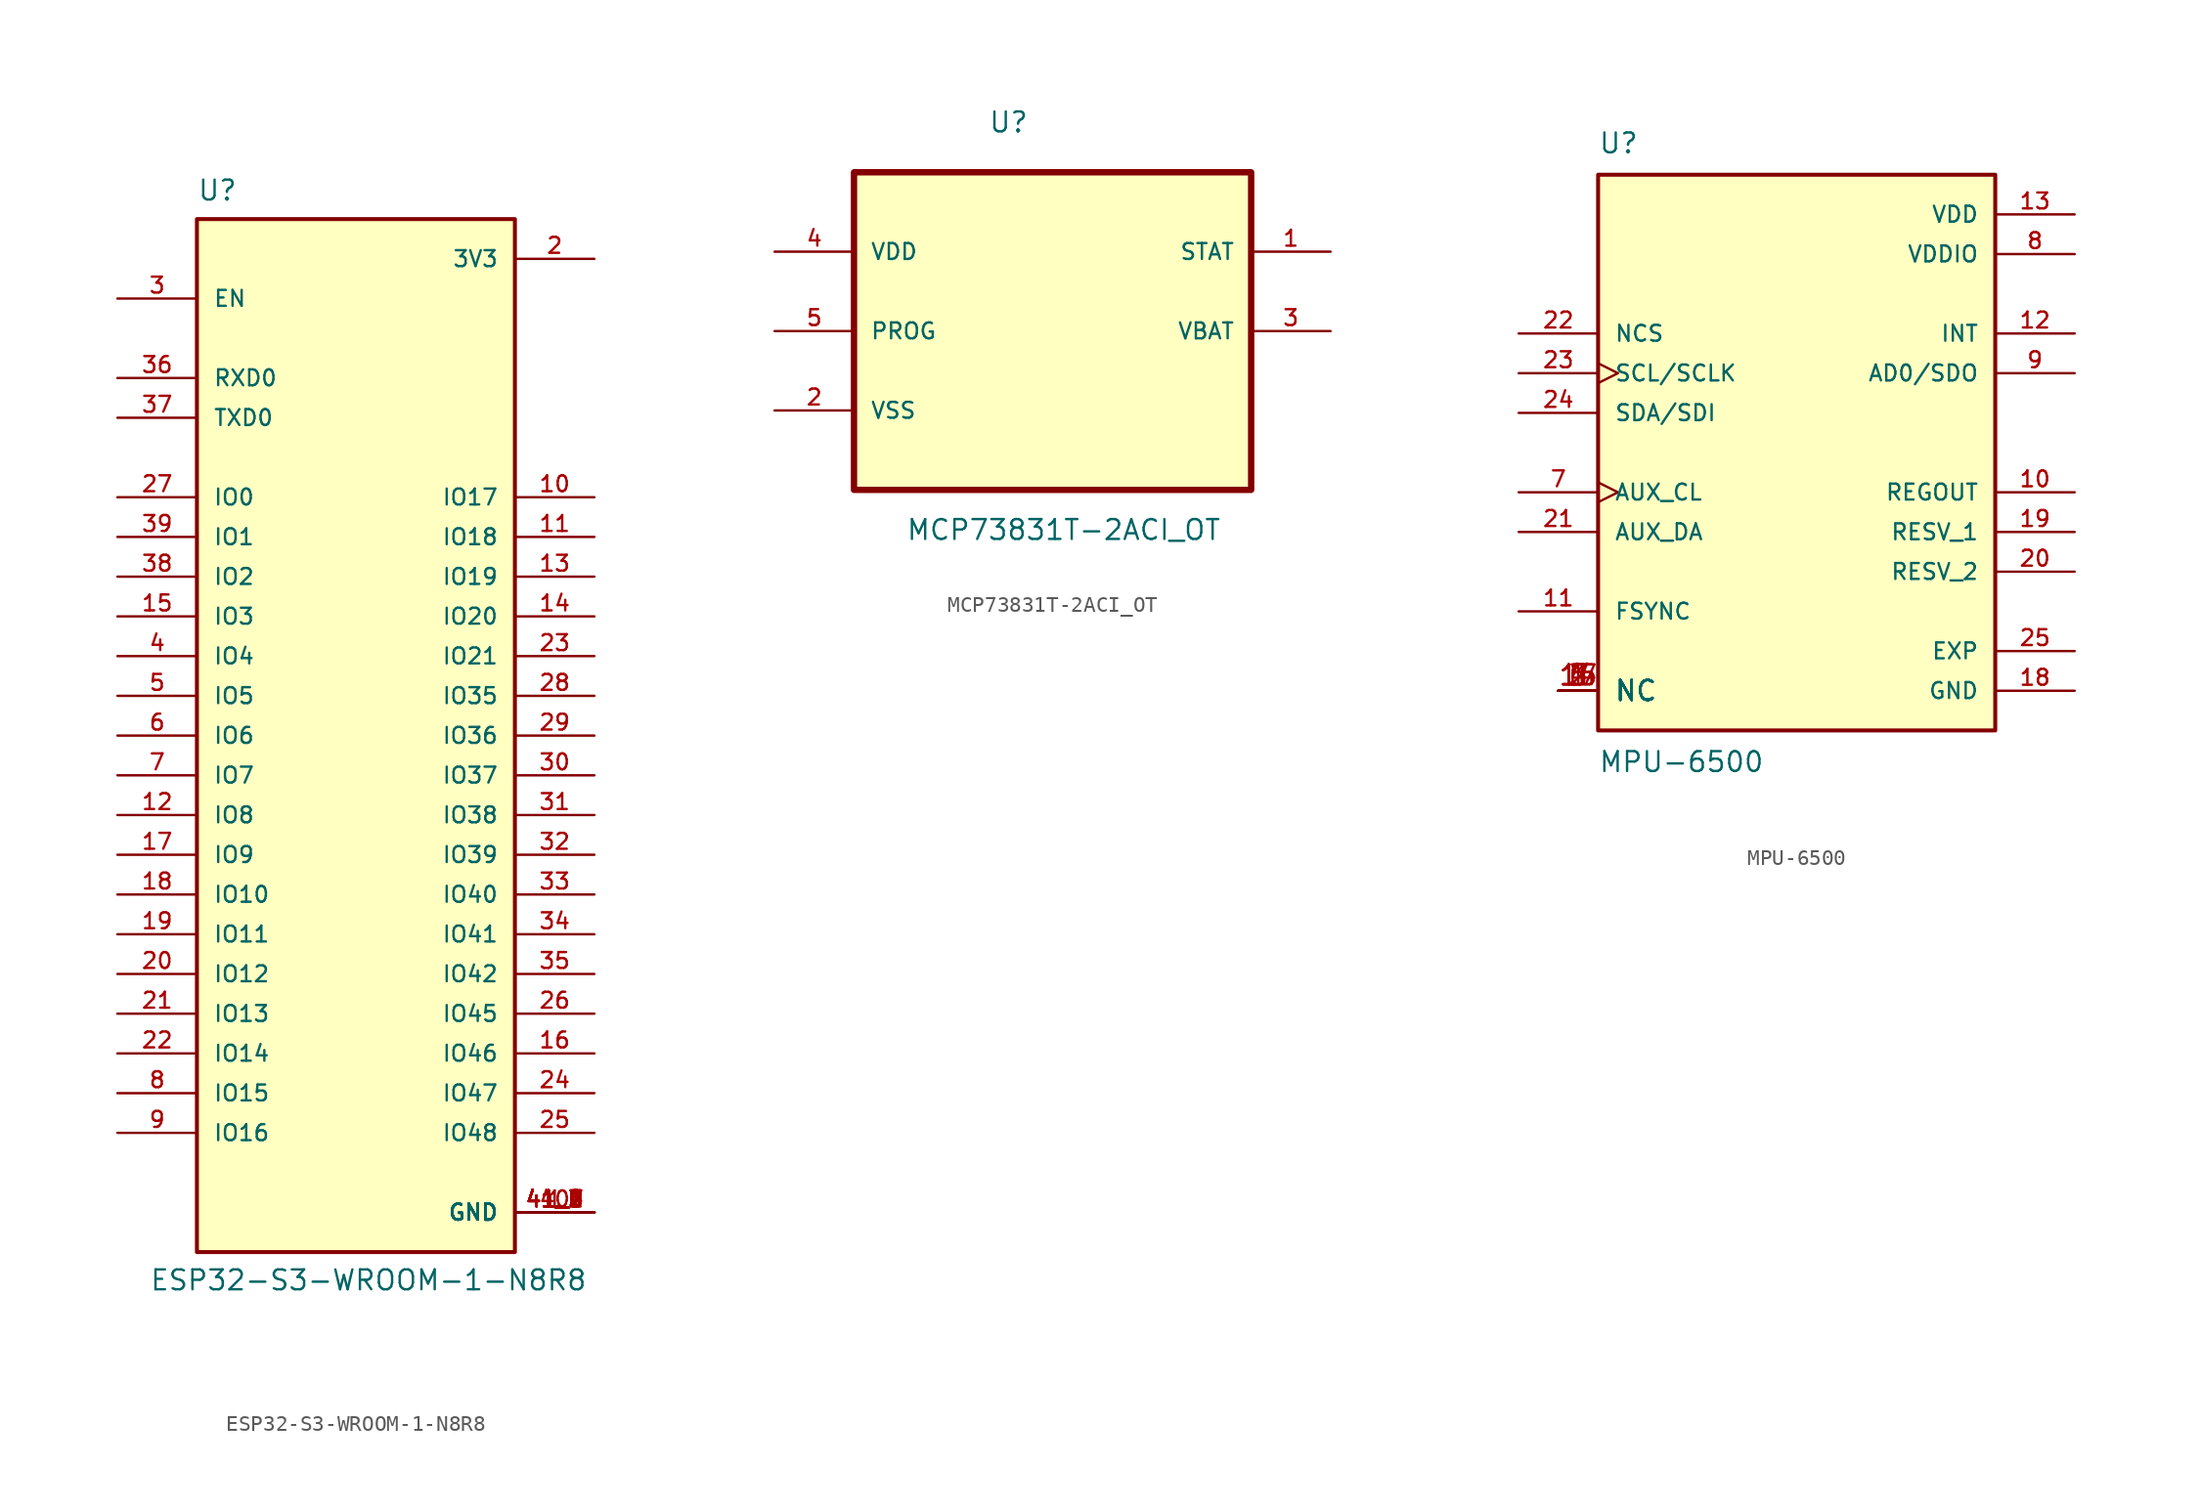
<source format=kicad_sym>
(kicad_symbol_lib
  (version 20231120)
  (generator "kicad_symbol_editor")
  (generator_version "8.0")
  (symbol "ESP32-S3-WROOM-1-N8R8"
    (pin_names
      (offset 1.016))
    (property "Reference" "U"
      (at -10.16 34.112 0)
      (effects (font (size 1.27 1.27)) (justify left bottom)))
    (property "Value" "ESP32-S3-WROOM-1-N8R8"
      (at -13.208 -35.56 0)
      (effects (font (size 1.27 1.27)) (justify left bottom)))
    (symbol "ESP32-S3-WROOM-1-N8R8_0_0"
      (rectangle (start -10.16 -33.02) (end 10.16 33.02) (stroke (width 0.254) (type default)) (fill (type background)))
      (pin power_in line (at 15.24 -30.48 180) (length 5.08) (name "GND" (effects (font (size 1.016 1.016)))) (number "1" (effects (font (size 1.016 1.016)))))
      (pin bidirectional line (at 15.24 15.24 180) (length 5.08) (name "IO17" (effects (font (size 1.016 1.016)))) (number "10" (effects (font (size 1.016 1.016)))))
      (pin bidirectional line (at 15.24 12.7 180) (length 5.08) (name "IO18" (effects (font (size 1.016 1.016)))) (number "11" (effects (font (size 1.016 1.016)))))
      (pin bidirectional line (at -15.24 -5.08 0) (length 5.08) (name "IO8" (effects (font (size 1.016 1.016)))) (number "12" (effects (font (size 1.016 1.016)))))
      (pin bidirectional line (at 15.24 10.16 180) (length 5.08) (name "IO19" (effects (font (size 1.016 1.016)))) (number "13" (effects (font (size 1.016 1.016)))))
      (pin bidirectional line (at 15.24 7.62 180) (length 5.08) (name "IO20" (effects (font (size 1.016 1.016)))) (number "14" (effects (font (size 1.016 1.016)))))
      (pin bidirectional line (at -15.24 7.62 0) (length 5.08) (name "IO3" (effects (font (size 1.016 1.016)))) (number "15" (effects (font (size 1.016 1.016)))))
      (pin bidirectional line (at 15.24 -20.32 180) (length 5.08) (name "IO46" (effects (font (size 1.016 1.016)))) (number "16" (effects (font (size 1.016 1.016)))))
      (pin bidirectional line (at -15.24 -7.62 0) (length 5.08) (name "IO9" (effects (font (size 1.016 1.016)))) (number "17" (effects (font (size 1.016 1.016)))))
      (pin bidirectional line (at -15.24 -10.16 0) (length 5.08) (name "IO10" (effects (font (size 1.016 1.016)))) (number "18" (effects (font (size 1.016 1.016)))))
      (pin bidirectional line (at -15.24 -12.7 0) (length 5.08) (name "IO11" (effects (font (size 1.016 1.016)))) (number "19" (effects (font (size 1.016 1.016)))))
      (pin power_in line (at 15.24 30.48 180) (length 5.08) (name "3V3" (effects (font (size 1.016 1.016)))) (number "2" (effects (font (size 1.016 1.016)))))
      (pin bidirectional line (at -15.24 -15.24 0) (length 5.08) (name "IO12" (effects (font (size 1.016 1.016)))) (number "20" (effects (font (size 1.016 1.016)))))
      (pin bidirectional line (at -15.24 -17.78 0) (length 5.08) (name "IO13" (effects (font (size 1.016 1.016)))) (number "21" (effects (font (size 1.016 1.016)))))
      (pin bidirectional line (at -15.24 -20.32 0) (length 5.08) (name "IO14" (effects (font (size 1.016 1.016)))) (number "22" (effects (font (size 1.016 1.016)))))
      (pin bidirectional line (at 15.24 5.08 180) (length 5.08) (name "IO21" (effects (font (size 1.016 1.016)))) (number "23" (effects (font (size 1.016 1.016)))))
      (pin bidirectional line (at 15.24 -22.86 180) (length 5.08) (name "IO47" (effects (font (size 1.016 1.016)))) (number "24" (effects (font (size 1.016 1.016)))))
      (pin bidirectional line (at 15.24 -25.4 180) (length 5.08) (name "IO48" (effects (font (size 1.016 1.016)))) (number "25" (effects (font (size 1.016 1.016)))))
      (pin bidirectional line (at 15.24 -17.78 180) (length 5.08) (name "IO45" (effects (font (size 1.016 1.016)))) (number "26" (effects (font (size 1.016 1.016)))))
      (pin bidirectional line (at -15.24 15.24 0) (length 5.08) (name "IO0" (effects (font (size 1.016 1.016)))) (number "27" (effects (font (size 1.016 1.016)))))
      (pin bidirectional line (at 15.24 2.54 180) (length 5.08) (name "IO35" (effects (font (size 1.016 1.016)))) (number "28" (effects (font (size 1.016 1.016)))))
      (pin bidirectional line (at 15.24 0 180) (length 5.08) (name "IO36" (effects (font (size 1.016 1.016)))) (number "29" (effects (font (size 1.016 1.016)))))
      (pin input line (at -15.24 27.94 0) (length 5.08) (name "EN" (effects (font (size 1.016 1.016)))) (number "3" (effects (font (size 1.016 1.016)))))
      (pin bidirectional line (at 15.24 -2.54 180) (length 5.08) (name "IO37" (effects (font (size 1.016 1.016)))) (number "30" (effects (font (size 1.016 1.016)))))
      (pin bidirectional line (at 15.24 -5.08 180) (length 5.08) (name "IO38" (effects (font (size 1.016 1.016)))) (number "31" (effects (font (size 1.016 1.016)))))
      (pin bidirectional line (at 15.24 -7.62 180) (length 5.08) (name "IO39" (effects (font (size 1.016 1.016)))) (number "32" (effects (font (size 1.016 1.016)))))
      (pin bidirectional line (at 15.24 -10.16 180) (length 5.08) (name "IO40" (effects (font (size 1.016 1.016)))) (number "33" (effects (font (size 1.016 1.016)))))
      (pin bidirectional line (at 15.24 -12.7 180) (length 5.08) (name "IO41" (effects (font (size 1.016 1.016)))) (number "34" (effects (font (size 1.016 1.016)))))
      (pin bidirectional line (at 15.24 -15.24 180) (length 5.08) (name "IO42" (effects (font (size 1.016 1.016)))) (number "35" (effects (font (size 1.016 1.016)))))
      (pin bidirectional line (at -15.24 22.86 0) (length 5.08) (name "RXD0" (effects (font (size 1.016 1.016)))) (number "36" (effects (font (size 1.016 1.016)))))
      (pin bidirectional line (at -15.24 20.32 0) (length 5.08) (name "TXD0" (effects (font (size 1.016 1.016)))) (number "37" (effects (font (size 1.016 1.016)))))
      (pin bidirectional line (at -15.24 10.16 0) (length 5.08) (name "IO2" (effects (font (size 1.016 1.016)))) (number "38" (effects (font (size 1.016 1.016)))))
      (pin bidirectional line (at -15.24 12.7 0) (length 5.08) (name "IO1" (effects (font (size 1.016 1.016)))) (number "39" (effects (font (size 1.016 1.016)))))
      (pin bidirectional line (at -15.24 5.08 0) (length 5.08) (name "IO4" (effects (font (size 1.016 1.016)))) (number "4" (effects (font (size 1.016 1.016)))))
      (pin power_in line (at 15.24 -30.48 180) (length 5.08) (name "GND" (effects (font (size 1.016 1.016)))) (number "40" (effects (font (size 1.016 1.016)))))
      (pin power_in line (at 15.24 -30.48 180) (length 5.08) (name "GND" (effects (font (size 1.016 1.016)))) (number "41_1" (effects (font (size 1.016 1.016)))))
      (pin power_in line (at 15.24 -30.48 180) (length 5.08) (name "GND" (effects (font (size 1.016 1.016)))) (number "41_2" (effects (font (size 1.016 1.016)))))
      (pin power_in line (at 15.24 -30.48 180) (length 5.08) (name "GND" (effects (font (size 1.016 1.016)))) (number "41_3" (effects (font (size 1.016 1.016)))))
      (pin power_in line (at 15.24 -30.48 180) (length 5.08) (name "GND" (effects (font (size 1.016 1.016)))) (number "41_4" (effects (font (size 1.016 1.016)))))
      (pin power_in line (at 15.24 -30.48 180) (length 5.08) (name "GND" (effects (font (size 1.016 1.016)))) (number "41_5" (effects (font (size 1.016 1.016)))))
      (pin power_in line (at 15.24 -30.48 180) (length 5.08) (name "GND" (effects (font (size 1.016 1.016)))) (number "41_6" (effects (font (size 1.016 1.016)))))
      (pin power_in line (at 15.24 -30.48 180) (length 5.08) (name "GND" (effects (font (size 1.016 1.016)))) (number "41_7" (effects (font (size 1.016 1.016)))))
      (pin power_in line (at 15.24 -30.48 180) (length 5.08) (name "GND" (effects (font (size 1.016 1.016)))) (number "41_8" (effects (font (size 1.016 1.016)))))
      (pin power_in line (at 15.24 -30.48 180) (length 5.08) (name "GND" (effects (font (size 1.016 1.016)))) (number "41_9" (effects (font (size 1.016 1.016)))))
      (pin bidirectional line (at -15.24 2.54 0) (length 5.08) (name "IO5" (effects (font (size 1.016 1.016)))) (number "5" (effects (font (size 1.016 1.016)))))
      (pin bidirectional line (at -15.24 0 0) (length 5.08) (name "IO6" (effects (font (size 1.016 1.016)))) (number "6" (effects (font (size 1.016 1.016)))))
      (pin bidirectional line (at -15.24 -2.54 0) (length 5.08) (name "IO7" (effects (font (size 1.016 1.016)))) (number "7" (effects (font (size 1.016 1.016)))))
      (pin bidirectional line (at -15.24 -22.86 0) (length 5.08) (name "IO15" (effects (font (size 1.016 1.016)))) (number "8" (effects (font (size 1.016 1.016)))))
      (pin bidirectional line (at -15.24 -25.4 0) (length 5.08) (name "IO16" (effects (font (size 1.016 1.016)))) (number "9" (effects (font (size 1.016 1.016)))))))
  (symbol "MCP73831T-2ACI_OT"
    (pin_names
      (offset 1.016))
    (property "Reference" "U"
      (at -4.123 10.078 0)
      (effects (font (size 1.27 1.27)) (justify left bottom)))
    (property "Value" "MCP73831T-2ACI_OT"
      (at -9.398 -16.002 0)
      (effects (font (size 1.27 1.27)) (justify left bottom)))
    (symbol "MCP73831T-2ACI_OT_0_0"
      (rectangle (start -12.7 -12.7) (end 12.7 7.62) (stroke (width 0.406) (type default)) (fill (type background)))
      (pin output line (at 17.78 2.54 180) (length 5.08) (name "STAT" (effects (font (size 1.016 1.016)))) (number "1" (effects (font (size 1.016 1.016)))))
      (pin power_in line (at -17.78 -7.62 0) (length 5.08) (name "VSS" (effects (font (size 1.016 1.016)))) (number "2" (effects (font (size 1.016 1.016)))))
      (pin output line (at 17.78 -2.54 180) (length 5.08) (name "VBAT" (effects (font (size 1.016 1.016)))) (number "3" (effects (font (size 1.016 1.016)))))
      (pin power_in line (at -17.78 2.54 0) (length 5.08) (name "VDD" (effects (font (size 1.016 1.016)))) (number "4" (effects (font (size 1.016 1.016)))))
      (pin input line (at -17.78 -2.54 0) (length 5.08) (name "PROG" (effects (font (size 1.016 1.016)))) (number "5" (effects (font (size 1.016 1.016)))))))
  (symbol "MPU-6500"
    (pin_names
      (offset 1.016))
    (property "Reference" "U"
      (at -12.7 19.05 0)
      (effects (font (size 1.27 1.27)) (justify left bottom)))
    (property "Value" "MPU-6500"
      (at -12.7 -19.05 0)
      (effects (font (size 1.27 1.27)) (justify left top)))
    (symbol "MPU-6500_0_0"
      (rectangle (start -12.7 -17.78) (end 12.7 17.78) (stroke (width 0.254) (type default)) (fill (type background)))
      (pin output line (at 17.78 -2.54 180) (length 5.08) (name "REGOUT" (effects (font (size 1.016 1.016)))) (number "10" (effects (font (size 1.016 1.016)))))
      (pin input line (at -17.78 -10.16 0) (length 5.08) (name "FSYNC" (effects (font (size 1.016 1.016)))) (number "11" (effects (font (size 1.016 1.016)))))
      (pin output line (at 17.78 7.62 180) (length 5.08) (name "INT" (effects (font (size 1.016 1.016)))) (number "12" (effects (font (size 1.016 1.016)))))
      (pin power_in line (at 17.78 15.24 180) (length 5.08) (name "VDD" (effects (font (size 1.016 1.016)))) (number "13" (effects (font (size 1.016 1.016)))))
      (pin power_in line (at 17.78 -15.24 180) (length 5.08) (name "GND" (effects (font (size 1.016 1.016)))) (number "18" (effects (font (size 1.016 1.016)))))
      (pin passive line (at 17.78 -5.08 180) (length 5.08) (name "RESV_1" (effects (font (size 1.016 1.016)))) (number "19" (effects (font (size 1.016 1.016)))))
      (pin passive line (at 17.78 -7.62 180) (length 5.08) (name "RESV_2" (effects (font (size 1.016 1.016)))) (number "20" (effects (font (size 1.016 1.016)))))
      (pin bidirectional line (at -17.78 -5.08 0) (length 5.08) (name "AUX_DA" (effects (font (size 1.016 1.016)))) (number "21" (effects (font (size 1.016 1.016)))))
      (pin input line (at -17.78 7.62 0) (length 5.08) (name "NCS" (effects (font (size 1.016 1.016)))) (number "22" (effects (font (size 1.016 1.016)))))
      (pin input clock (at -17.78 5.08 0) (length 5.08) (name "SCL/SCLK" (effects (font (size 1.016 1.016)))) (number "23" (effects (font (size 1.016 1.016)))))
      (pin bidirectional line (at -17.78 2.54 0) (length 5.08) (name "SDA/SDI" (effects (font (size 1.016 1.016)))) (number "24" (effects (font (size 1.016 1.016)))))
      (pin passive line (at 17.78 -12.7 180) (length 5.08) (name "EXP" (effects (font (size 1.016 1.016)))) (number "25" (effects (font (size 1.016 1.016)))))
      (pin input clock (at -17.78 -2.54 0) (length 5.08) (name "AUX_CL" (effects (font (size 1.016 1.016)))) (number "7" (effects (font (size 1.016 1.016)))))
      (pin power_in line (at 17.78 12.7 180) (length 5.08) (name "VDDIO" (effects (font (size 1.016 1.016)))) (number "8" (effects (font (size 1.016 1.016)))))
      (pin output line (at 17.78 5.08 180) (length 5.08) (name "AD0/SDO" (effects (font (size 1.016 1.016)))) (number "9" (effects (font (size 1.016 1.016))))))
    (symbol "MPU-6500_1_1"
      (pin passive line (at -15.24 -15.24 0) (length 2.54) (name "NC" (effects (font (size 1.27 1.27)))) (number "1" (effects (font (size 1.27 1.27)))))
      (pin passive line (at -15.24 -15.24 0) (length 2.54) (name "NC" (effects (font (size 1.27 1.27)))) (number "14" (effects (font (size 1.27 1.27)))))
      (pin passive line (at -15.24 -15.24 0) (length 2.54) (name "NC" (effects (font (size 1.27 1.27)))) (number "15" (effects (font (size 1.27 1.27)))))
      (pin passive line (at -15.24 -15.24 0) (length 2.54) (name "NC" (effects (font (size 1.27 1.27)))) (number "16" (effects (font (size 1.27 1.27)))))
      (pin passive line (at -15.24 -15.24 0) (length 2.54) (name "NC" (effects (font (size 1.27 1.27)))) (number "17" (effects (font (size 1.27 1.27)))))
      (pin passive line (at -15.24 -15.24 0) (length 2.54) (name "NC" (effects (font (size 1.27 1.27)))) (number "2" (effects (font (size 1.27 1.27)))))
      (pin passive line (at -15.24 -15.24 0) (length 2.54) (name "NC" (effects (font (size 1.27 1.27)))) (number "3" (effects (font (size 1.27 1.27)))))
      (pin passive line (at -15.24 -15.24 0) (length 2.54) (name "NC" (effects (font (size 1.27 1.27)))) (number "4" (effects (font (size 1.27 1.27)))))
      (pin passive line (at -15.24 -15.24 0) (length 2.54) (name "NC" (effects (font (size 1.27 1.27)))) (number "5" (effects (font (size 1.27 1.27)))))
      (pin passive line (at -15.24 -15.24 0) (length 2.54) (name "NC" (effects (font (size 1.27 1.27)))) (number "6" (effects (font (size 1.27 1.27))))))))
</source>
